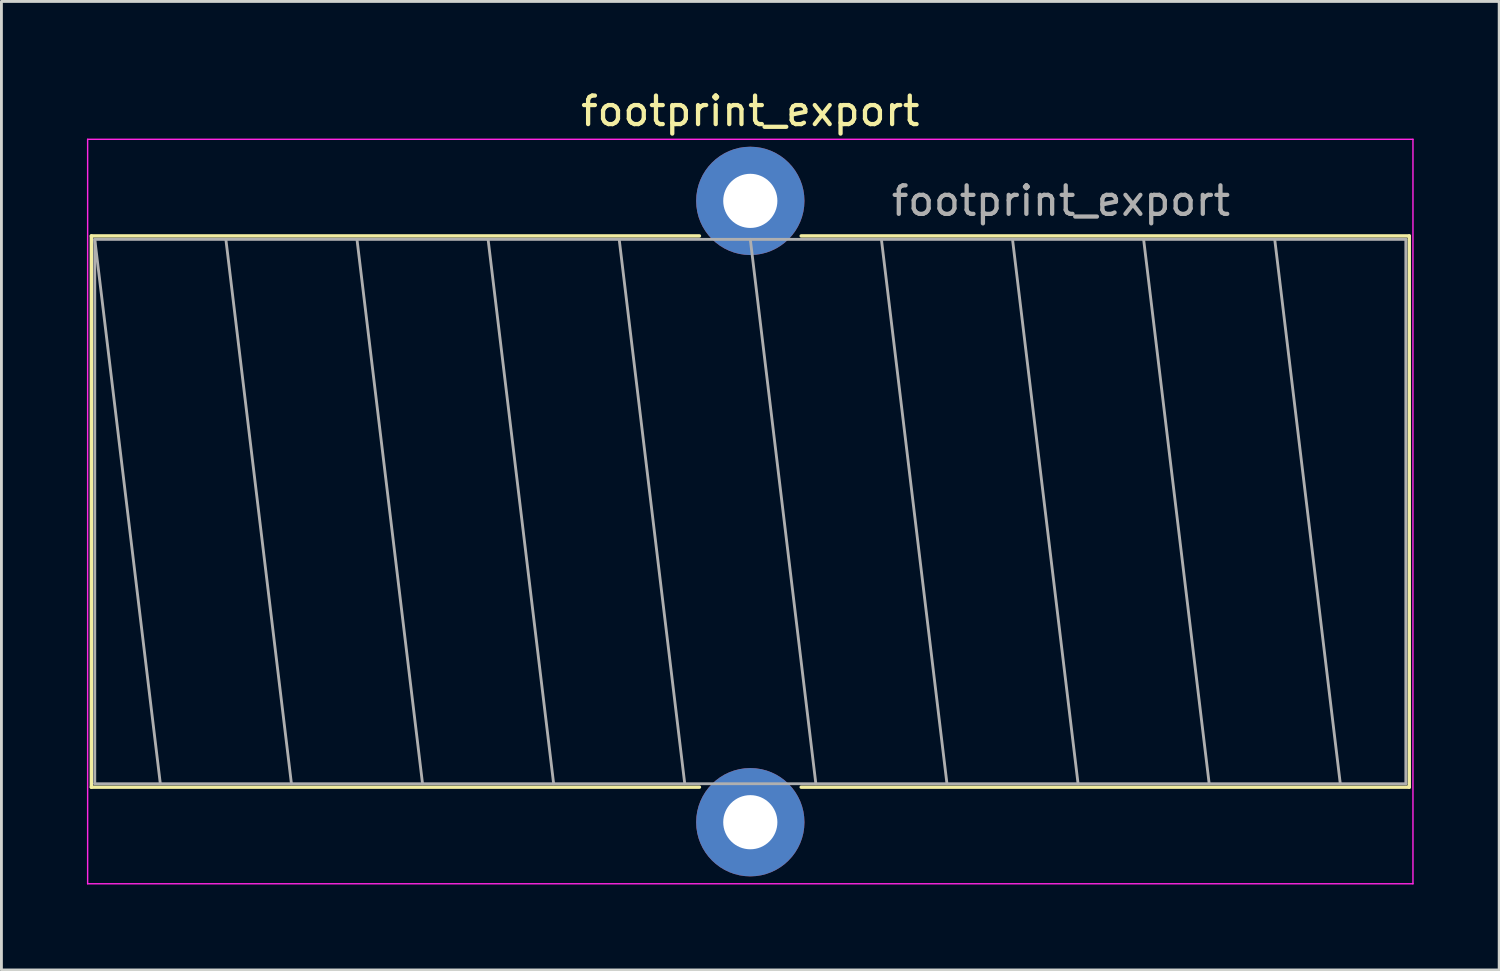
<source format=kicad_pcb>
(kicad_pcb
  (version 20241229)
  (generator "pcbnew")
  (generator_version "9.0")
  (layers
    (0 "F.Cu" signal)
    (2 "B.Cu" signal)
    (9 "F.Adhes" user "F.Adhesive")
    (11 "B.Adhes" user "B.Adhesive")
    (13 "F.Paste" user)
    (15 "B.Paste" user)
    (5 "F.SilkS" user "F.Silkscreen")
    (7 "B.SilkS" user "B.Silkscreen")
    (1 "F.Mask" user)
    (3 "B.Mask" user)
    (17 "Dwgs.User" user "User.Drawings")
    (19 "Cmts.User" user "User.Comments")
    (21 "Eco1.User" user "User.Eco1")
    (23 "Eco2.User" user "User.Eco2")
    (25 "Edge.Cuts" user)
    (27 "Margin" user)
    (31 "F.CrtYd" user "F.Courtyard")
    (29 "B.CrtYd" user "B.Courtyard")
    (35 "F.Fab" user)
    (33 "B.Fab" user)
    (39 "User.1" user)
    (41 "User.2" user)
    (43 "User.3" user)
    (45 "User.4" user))
  (footprint "footprint_export"
    (layer "F.Cu")
    (at 23.275 3.998)
    (property "Reference" "footprint_export" (at 0 -3.15 0) (layer "F.SilkS") (effects (font (size 1 1) (thickness 0.15))))
    (attr through_hole)
    (fp_line (start -23.12 1.23) (end -23.12 20.57) (stroke (width 0.12) (type solid)) (layer "F.SilkS"))
    (fp_line (start -23.12 1.23) (end -1.785 1.23) (stroke (width 0.12) (type solid)) (layer "F.SilkS"))
    (fp_line (start -23.12 20.57) (end -1.785 20.57) (stroke (width 0.12) (type solid)) (layer "F.SilkS"))
    (fp_line (start 1.785 1.23) (end 23.12 1.23) (stroke (width 0.12) (type solid)) (layer "F.SilkS"))
    (fp_line (start 1.785 20.57) (end 23.12 20.57) (stroke (width 0.12) (type solid)) (layer "F.SilkS"))
    (fp_line (start 23.12 1.23) (end 23.12 20.57) (stroke (width 0.12) (type solid)) (layer "F.SilkS"))
    (fp_line (start -23.25 -2.16) (end -23.25 23.96) (stroke (width 0.05) (type solid)) (layer "F.CrtYd"))
    (fp_line (start -23.25 23.96) (end 23.25 23.96) (stroke (width 0.05) (type solid)) (layer "F.CrtYd"))
    (fp_line (start 23.25 -2.16) (end -23.25 -2.16) (stroke (width 0.05) (type solid)) (layer "F.CrtYd"))
    (fp_line (start 23.25 23.96) (end 23.25 -2.16) (stroke (width 0.05) (type solid)) (layer "F.CrtYd"))
    (fp_line (start -23 1.35) (end -23 20.45) (stroke (width 0.1) (type solid)) (layer "F.Fab"))
    (fp_line (start -23 1.35) (end -20.7 20.45) (stroke (width 0.1) (type solid)) (layer "F.Fab"))
    (fp_line (start -23 20.45) (end 23 20.45) (stroke (width 0.1) (type solid)) (layer "F.Fab"))
    (fp_line (start -18.4 1.35) (end -16.1 20.45) (stroke (width 0.1) (type solid)) (layer "F.Fab"))
    (fp_line (start -13.8 1.35) (end -11.5 20.45) (stroke (width 0.1) (type solid)) (layer "F.Fab"))
    (fp_line (start -9.2 1.35) (end -6.9 20.45) (stroke (width 0.1) (type solid)) (layer "F.Fab"))
    (fp_line (start -4.6 1.35) (end -2.3 20.45) (stroke (width 0.1) (type solid)) (layer "F.Fab"))
    (fp_line (start 0 1.35) (end 2.3 20.45) (stroke (width 0.1) (type solid)) (layer "F.Fab"))
    (fp_line (start 4.6 1.35) (end 6.9 20.45) (stroke (width 0.1) (type solid)) (layer "F.Fab"))
    (fp_line (start 9.2 1.35) (end 11.5 20.45) (stroke (width 0.1) (type solid)) (layer "F.Fab"))
    (fp_line (start 13.8 1.35) (end 16.1 20.45) (stroke (width 0.1) (type solid)) (layer "F.Fab"))
    (fp_line (start 18.4 1.35) (end 20.7 20.45) (stroke (width 0.1) (type solid)) (layer "F.Fab"))
    (fp_line (start 23 1.35) (end -23 1.35) (stroke (width 0.1) (type solid)) (layer "F.Fab"))
    (fp_line (start 23 20.45) (end 23 1.35) (stroke (width 0.1) (type solid)) (layer "F.Fab"))
    (fp_text user "${REFERENCE}" (at 10.9 0 0) (layer "F.Fab") (effects (font (size 1 1) (thickness 0.15))))
    (pad "1" thru_hole circle (at 0 0) (size 3.8 3.8) (drill 1.9) (layers "*.Cu" "*.Mask"))
    (pad "2" thru_hole circle (at 0 21.8) (size 3.8 3.8) (drill 1.9) (layers "*.Cu" "*.Mask")))
  (gr_rect
    (start -3 -3)
    (end 49.55 30.983)
    (stroke (width 0.1) (type default))
    (fill no)
    (layer "Edge.Cuts")))
</source>
